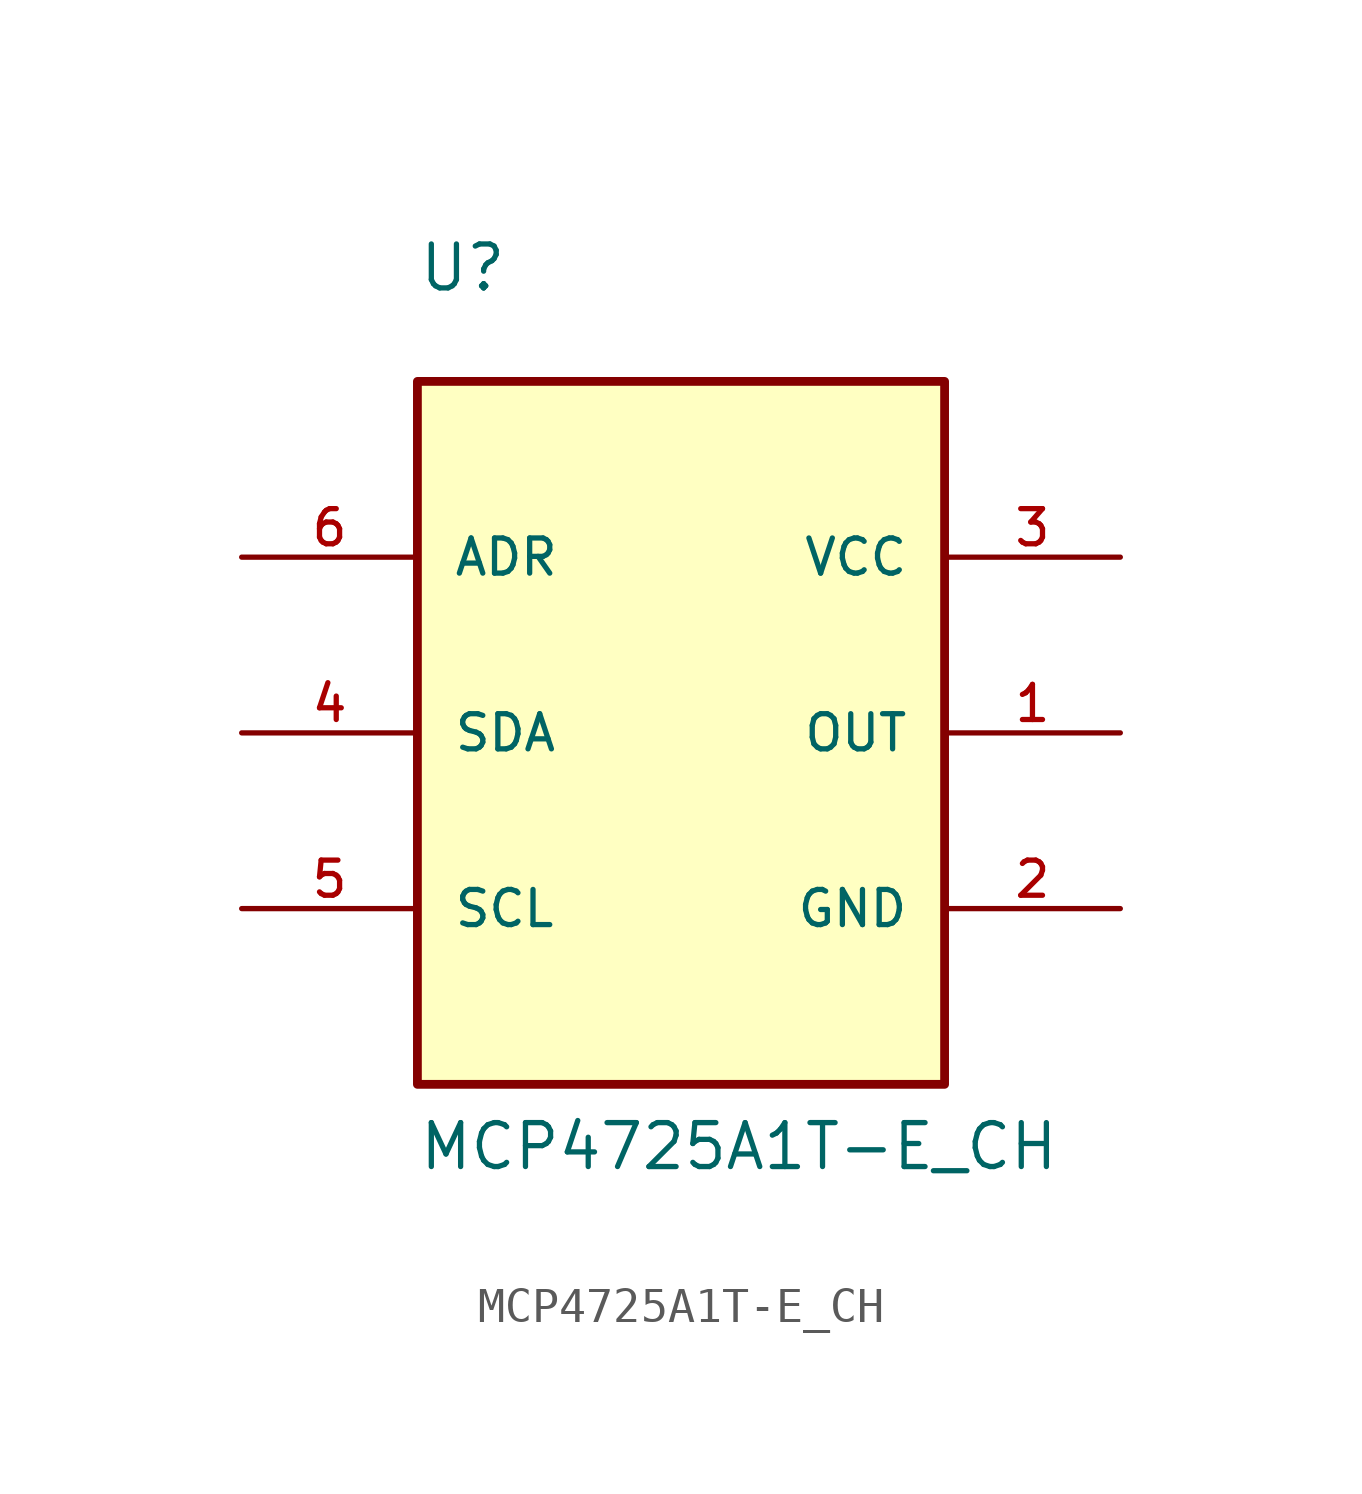
<source format=kicad_sym>
(kicad_symbol_lib
  (version 20211014)
  (generator kicad_symbol_editor)
  (symbol "MCP4725A1T-E_CH"
    (pin_names
      (offset 1.016))
    (property "Reference" "U"
      (at 0.0 22.86 0)
      (effects (font (size 1.27 1.27)) (justify bottom left)))
    (property "Value" "MCP4725A1T-E_CH"
      (at 0.0 -2.54 0)
      (effects (font (size 1.27 1.27)) (justify bottom left)))
    (symbol "MCP4725A1T-E_CH_0_0"
      (rectangle (start -8.881784197e-16 0.0) (end 15.24 20.32) (stroke (width 0.254)) (fill (type background)))
      (pin bidirectional line (at -5.08 5.08 0) (length 5.08) (name "SCL" (effects (font (size 1.016 1.016)))) (number "5" (effects (font (size 1.016 1.016)))))
      (pin bidirectional line (at -5.08 10.16 0) (length 5.08) (name "SDA" (effects (font (size 1.016 1.016)))) (number "4" (effects (font (size 1.016 1.016)))))
      (pin bidirectional line (at -5.08 15.24 0) (length 5.08) (name "ADR" (effects (font (size 1.016 1.016)))) (number "6" (effects (font (size 1.016 1.016)))))
      (pin bidirectional line (at 20.32 15.24 180.0) (length 5.08) (name "VCC" (effects (font (size 1.016 1.016)))) (number "3" (effects (font (size 1.016 1.016)))))
      (pin bidirectional line (at 20.32 10.16 180.0) (length 5.08) (name "OUT" (effects (font (size 1.016 1.016)))) (number "1" (effects (font (size 1.016 1.016)))))
      (pin bidirectional line (at 20.32 5.08 180.0) (length 5.08) (name "GND" (effects (font (size 1.016 1.016)))) (number "2" (effects (font (size 1.016 1.016))))))))
</source>
